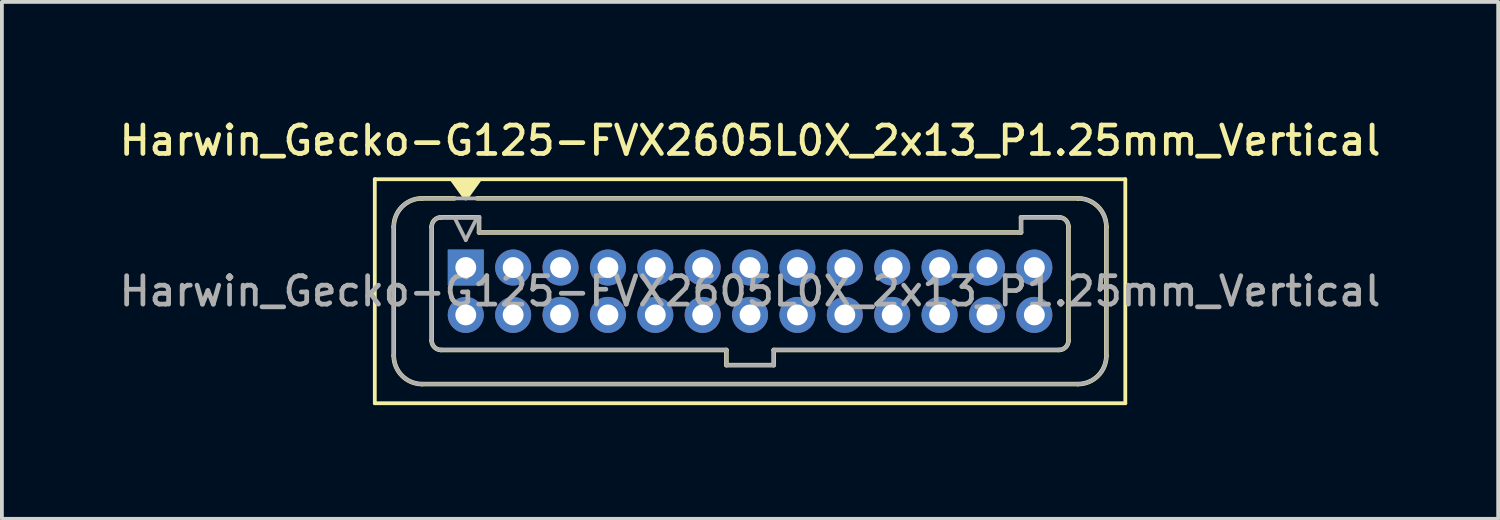
<source format=kicad_pcb>
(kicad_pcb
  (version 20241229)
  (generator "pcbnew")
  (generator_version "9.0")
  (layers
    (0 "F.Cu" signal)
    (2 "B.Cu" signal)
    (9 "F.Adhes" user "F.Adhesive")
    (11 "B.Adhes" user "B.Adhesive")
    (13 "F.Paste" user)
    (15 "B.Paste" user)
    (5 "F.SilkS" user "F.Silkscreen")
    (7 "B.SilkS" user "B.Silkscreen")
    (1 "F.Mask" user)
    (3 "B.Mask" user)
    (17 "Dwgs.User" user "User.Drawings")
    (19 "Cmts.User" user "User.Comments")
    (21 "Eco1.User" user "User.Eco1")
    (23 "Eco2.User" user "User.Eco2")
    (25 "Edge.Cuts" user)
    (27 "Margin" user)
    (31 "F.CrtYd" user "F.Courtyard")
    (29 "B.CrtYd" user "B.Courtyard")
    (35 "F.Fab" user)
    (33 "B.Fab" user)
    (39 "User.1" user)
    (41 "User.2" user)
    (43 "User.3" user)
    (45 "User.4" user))
  (footprint "Harwin_Gecko-G125-FVX2605L0X_2x13_P1.25mm_Vertical"
    (layer "F.Cu")
    (at 9.238 4.008)
    (property "Reference" "Harwin_Gecko-G125-FVX2605L0X_2x13_P1.25mm_Vertical" (at 7.5 -3.35 0) (layer "F.SilkS") (effects (font (size 0.75 0.75) (thickness 0.125))))
    (attr through_hole)
    (fp_line (start -2.4 -2.33) (end -2.4 3.58) (stroke (width 0.1) (type solid)) (layer "F.SilkS"))
    (fp_line (start -2.4 3.58) (end 17.4 3.58) (stroke (width 0.1) (type solid)) (layer "F.SilkS"))
    (fp_line (start -1.9 -1.075) (end -1.9 2.325) (stroke (width 0.12) (type solid)) (layer "F.SilkS"))
    (fp_line (start -1.15 -1.825) (end -0.3 -1.825) (stroke (width 0.12) (type solid)) (layer "F.SilkS"))
    (fp_line (start -1.15 3.075) (end 16.15 3.075) (stroke (width 0.12) (type solid)) (layer "F.SilkS"))
    (fp_line (start -0.9 -1.075) (end -0.9 1.925) (stroke (width 0.12) (type solid)) (layer "F.SilkS"))
    (fp_line (start -0.65 -1.325) (end 0.35 -1.325) (stroke (width 0.12) (type solid)) (layer "F.SilkS"))
    (fp_line (start -0.65 2.175) (end 6.875 2.175) (stroke (width 0.12) (type solid)) (layer "F.SilkS"))
    (fp_line (start 0.3 -1.825) (end 16.15 -1.825) (stroke (width 0.12) (type solid)) (layer "F.SilkS"))
    (fp_line (start 0.35 -1.325) (end 0.35 -0.925) (stroke (width 0.12) (type solid)) (layer "F.SilkS"))
    (fp_line (start 0.35 -0.925) (end 14.65 -0.925) (stroke (width 0.12) (type solid)) (layer "F.SilkS"))
    (fp_line (start 6.875 2.175) (end 6.875 2.575) (stroke (width 0.12) (type solid)) (layer "F.SilkS"))
    (fp_line (start 6.875 2.575) (end 8.125 2.575) (stroke (width 0.12) (type solid)) (layer "F.SilkS"))
    (fp_line (start 8.125 2.175) (end 15.65 2.175) (stroke (width 0.12) (type solid)) (layer "F.SilkS"))
    (fp_line (start 8.125 2.575) (end 8.125 2.175) (stroke (width 0.12) (type solid)) (layer "F.SilkS"))
    (fp_line (start 14.65 -1.325) (end 15.65 -1.325) (stroke (width 0.12) (type solid)) (layer "F.SilkS"))
    (fp_line (start 14.65 -0.925) (end 14.65 -1.325) (stroke (width 0.12) (type solid)) (layer "F.SilkS"))
    (fp_line (start 15.9 -1.075) (end 15.9 1.925) (stroke (width 0.12) (type solid)) (layer "F.SilkS"))
    (fp_line (start 16.9 -1.075) (end 16.9 2.325) (stroke (width 0.12) (type solid)) (layer "F.SilkS"))
    (fp_line (start 17.4 -2.33) (end -2.4 -2.33) (stroke (width 0.1) (type solid)) (layer "F.SilkS"))
    (fp_line (start 17.4 3.58) (end 17.4 -2.33) (stroke (width 0.1) (type solid)) (layer "F.SilkS"))
    (fp_arc (start -1.9 -1.075) (mid -1.68033 -1.60533) (end -1.15 -1.825) (stroke (width 0.12) (type solid)) (layer "F.SilkS"))
    (fp_arc (start -1.15 3.075) (mid -1.68033 2.85533) (end -1.9 2.325) (stroke (width 0.12) (type solid)) (layer "F.SilkS"))
    (fp_arc (start -0.9 -1.075) (mid -0.826777 -1.251777) (end -0.65 -1.325) (stroke (width 0.12) (type solid)) (layer "F.SilkS"))
    (fp_arc (start -0.65 2.175) (mid -0.826777 2.101777) (end -0.9 1.925) (stroke (width 0.12) (type solid)) (layer "F.SilkS"))
    (fp_arc (start 15.65 -1.325) (mid 15.826777 -1.251777) (end 15.9 -1.075) (stroke (width 0.12) (type solid)) (layer "F.SilkS"))
    (fp_arc (start 15.9 1.925) (mid 15.826777 2.101777) (end 15.65 2.175) (stroke (width 0.12) (type solid)) (layer "F.SilkS"))
    (fp_arc (start 16.15 -1.825) (mid 16.68033 -1.60533) (end 16.9 -1.075) (stroke (width 0.12) (type solid)) (layer "F.SilkS"))
    (fp_arc (start 16.9 2.325) (mid 16.68033 2.85533) (end 16.15 3.075) (stroke (width 0.12) (type solid)) (layer "F.SilkS"))
    (fp_poly (pts (xy 0 -1.83) (xy -0.34 -2.3) (xy 0.34 -2.3) (xy 0 -1.83)) (stroke (width 0.12) (type solid)) (fill yes) (layer "F.SilkS"))
    (fp_line (start -1.9 -1.075) (end -1.9 2.325) (stroke (width 0.1) (type solid)) (layer "F.Fab"))
    (fp_line (start -1.15 -1.825) (end 16.15 -1.825) (stroke (width 0.1) (type solid)) (layer "F.Fab"))
    (fp_line (start -1.15 3.075) (end 16.15 3.075) (stroke (width 0.1) (type solid)) (layer "F.Fab"))
    (fp_line (start -0.9 -1.075) (end -0.9 1.925) (stroke (width 0.1) (type solid)) (layer "F.Fab"))
    (fp_line (start -0.65 -1.325) (end 0.35 -1.325) (stroke (width 0.1) (type solid)) (layer "F.Fab"))
    (fp_line (start -0.65 2.175) (end 6.875 2.175) (stroke (width 0.1) (type solid)) (layer "F.Fab"))
    (fp_line (start 0 -0.725) (end -0.3 -1.325) (stroke (width 0.1) (type solid)) (layer "F.Fab"))
    (fp_line (start 0.3 -1.325) (end 0 -0.725) (stroke (width 0.1) (type solid)) (layer "F.Fab"))
    (fp_line (start 0.35 -1.325) (end 0.35 -0.925) (stroke (width 0.1) (type solid)) (layer "F.Fab"))
    (fp_line (start 0.35 -0.925) (end 14.65 -0.925) (stroke (width 0.1) (type solid)) (layer "F.Fab"))
    (fp_line (start 6.875 2.175) (end 6.875 2.575) (stroke (width 0.1) (type solid)) (layer "F.Fab"))
    (fp_line (start 6.875 2.575) (end 8.125 2.575) (stroke (width 0.1) (type solid)) (layer "F.Fab"))
    (fp_line (start 8.125 2.175) (end 15.65 2.175) (stroke (width 0.1) (type solid)) (layer "F.Fab"))
    (fp_line (start 8.125 2.575) (end 8.125 2.175) (stroke (width 0.1) (type solid)) (layer "F.Fab"))
    (fp_line (start 14.65 -1.325) (end 15.65 -1.325) (stroke (width 0.1) (type solid)) (layer "F.Fab"))
    (fp_line (start 14.65 -0.925) (end 14.65 -1.325) (stroke (width 0.1) (type solid)) (layer "F.Fab"))
    (fp_line (start 15.9 -1.075) (end 15.9 1.925) (stroke (width 0.1) (type solid)) (layer "F.Fab"))
    (fp_line (start 16.9 -1.075) (end 16.9 2.325) (stroke (width 0.1) (type solid)) (layer "F.Fab"))
    (fp_arc (start -1.9 -1.075) (mid -1.68033 -1.60533) (end -1.15 -1.825) (stroke (width 0.1) (type solid)) (layer "F.Fab"))
    (fp_arc (start -1.15 3.075) (mid -1.68033 2.85533) (end -1.9 2.325) (stroke (width 0.1) (type solid)) (layer "F.Fab"))
    (fp_arc (start -0.9 -1.075) (mid -0.826777 -1.251777) (end -0.65 -1.325) (stroke (width 0.1) (type solid)) (layer "F.Fab"))
    (fp_arc (start -0.65 2.175) (mid -0.826777 2.101777) (end -0.9 1.925) (stroke (width 0.1) (type solid)) (layer "F.Fab"))
    (fp_arc (start 15.65 -1.325) (mid 15.826777 -1.251777) (end 15.9 -1.075) (stroke (width 0.1) (type solid)) (layer "F.Fab"))
    (fp_arc (start 15.9 1.925) (mid 15.826777 2.101777) (end 15.65 2.175) (stroke (width 0.1) (type solid)) (layer "F.Fab"))
    (fp_arc (start 16.15 -1.825) (mid 16.68033 -1.60533) (end 16.9 -1.075) (stroke (width 0.1) (type solid)) (layer "F.Fab"))
    (fp_arc (start 16.9 2.325) (mid 16.68033 2.85533) (end 16.15 3.075) (stroke (width 0.1) (type solid)) (layer "F.Fab"))
    (fp_text user "${REFERENCE}" (at 7.5 0.625 0) (layer "F.Fab") (effects (font (size 0.75 0.75) (thickness 0.125))))
    (pad "1" thru_hole rect (at 0 0) (size 0.95 0.95) (drill 0.55) (layers "*.Cu" "*.Mask"))
    (pad "2" thru_hole circle (at 1.25 0) (size 0.95 0.95) (drill 0.55) (layers "*.Cu" "*.Mask"))
    (pad "3" thru_hole circle (at 2.5 0) (size 0.95 0.95) (drill 0.55) (layers "*.Cu" "*.Mask"))
    (pad "4" thru_hole circle (at 3.75 0) (size 0.95 0.95) (drill 0.55) (layers "*.Cu" "*.Mask"))
    (pad "5" thru_hole circle (at 5 0) (size 0.95 0.95) (drill 0.55) (layers "*.Cu" "*.Mask"))
    (pad "6" thru_hole circle (at 6.25 0) (size 0.95 0.95) (drill 0.55) (layers "*.Cu" "*.Mask"))
    (pad "7" thru_hole circle (at 7.5 0) (size 0.95 0.95) (drill 0.55) (layers "*.Cu" "*.Mask"))
    (pad "8" thru_hole circle (at 8.75 0) (size 0.95 0.95) (drill 0.55) (layers "*.Cu" "*.Mask"))
    (pad "9" thru_hole circle (at 10 0) (size 0.95 0.95) (drill 0.55) (layers "*.Cu" "*.Mask"))
    (pad "10" thru_hole circle (at 11.25 0) (size 0.95 0.95) (drill 0.55) (layers "*.Cu" "*.Mask"))
    (pad "11" thru_hole circle (at 12.5 0) (size 0.95 0.95) (drill 0.55) (layers "*.Cu" "*.Mask"))
    (pad "12" thru_hole circle (at 13.75 0) (size 0.95 0.95) (drill 0.55) (layers "*.Cu" "*.Mask"))
    (pad "13" thru_hole circle (at 15 0) (size 0.95 0.95) (drill 0.55) (layers "*.Cu" "*.Mask"))
    (pad "14" thru_hole circle (at 0 1.25) (size 0.95 0.95) (drill 0.55) (layers "*.Cu" "*.Mask"))
    (pad "15" thru_hole circle (at 1.25 1.25) (size 0.95 0.95) (drill 0.55) (layers "*.Cu" "*.Mask"))
    (pad "16" thru_hole circle (at 2.5 1.25) (size 0.95 0.95) (drill 0.55) (layers "*.Cu" "*.Mask"))
    (pad "17" thru_hole circle (at 3.75 1.25) (size 0.95 0.95) (drill 0.55) (layers "*.Cu" "*.Mask"))
    (pad "18" thru_hole circle (at 5 1.25) (size 0.95 0.95) (drill 0.55) (layers "*.Cu" "*.Mask"))
    (pad "19" thru_hole circle (at 6.25 1.25) (size 0.95 0.95) (drill 0.55) (layers "*.Cu" "*.Mask"))
    (pad "20" thru_hole circle (at 7.5 1.25) (size 0.95 0.95) (drill 0.55) (layers "*.Cu" "*.Mask"))
    (pad "21" thru_hole circle (at 8.75 1.25) (size 0.95 0.95) (drill 0.55) (layers "*.Cu" "*.Mask"))
    (pad "22" thru_hole circle (at 10 1.25) (size 0.95 0.95) (drill 0.55) (layers "*.Cu" "*.Mask"))
    (pad "23" thru_hole circle (at 11.25 1.25) (size 0.95 0.95) (drill 0.55) (layers "*.Cu" "*.Mask"))
    (pad "24" thru_hole circle (at 12.5 1.25) (size 0.95 0.95) (drill 0.55) (layers "*.Cu" "*.Mask"))
    (pad "25" thru_hole circle (at 13.75 1.25) (size 0.95 0.95) (drill 0.55) (layers "*.Cu" "*.Mask"))
    (pad "26" thru_hole circle (at 15 1.25) (size 0.95 0.95) (drill 0.55) (layers "*.Cu" "*.Mask")))
  (gr_rect
    (start -3 -3)
    (end 36.475 10.638)
    (stroke (width 0.1) (type default))
    (fill no)
    (layer "Edge.Cuts")))
</source>
